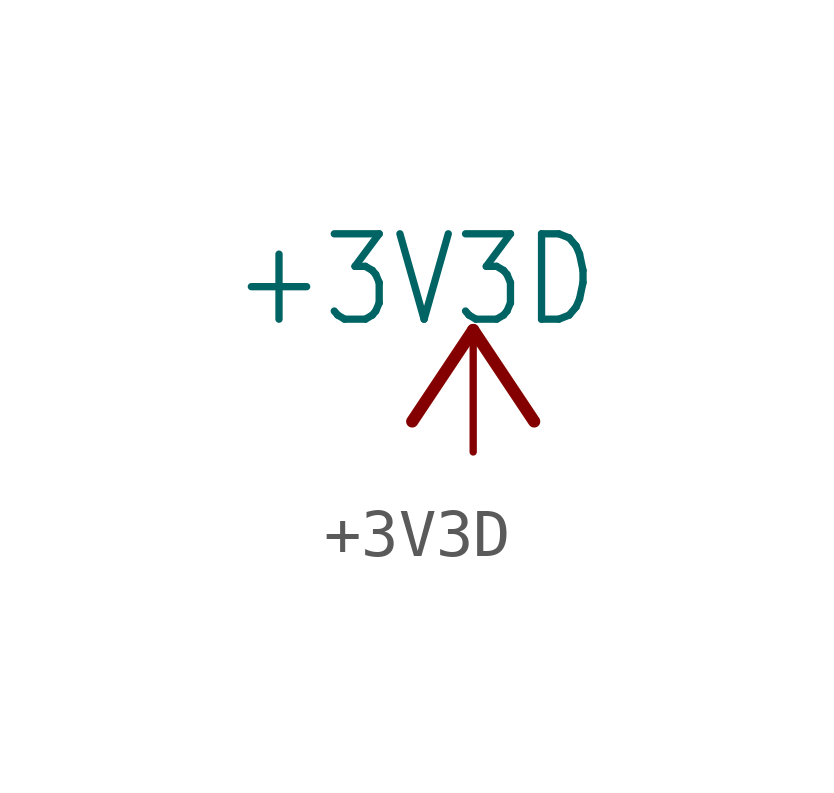
<source format=kicad_sym>
(kicad_symbol_lib
  (version 20220914)
  (generator kicad_symbol_editor)
  (symbol "+3V3D"
    (power)
    (property "Reference" "#+3V3D"
      (at 0 0 0)
      (effects (font (size 1.27 1.27)) hide))
    (property "Value" "+3V3D"
      (at -5.08 2.54 0)
      (effects (font (size 1.778 1.511)) (justify left bottom)))
    (property "ki_locked" ""
      (at 0 0 0)
      (effects (font (size 1.27 1.27))))
    (symbol "+3V3D_1_0"
      (polyline (pts (xy 0 2.54) (xy -1.27 0.635)) (stroke (width 0.254) (type solid)) (fill (type none)))
      (polyline (pts (xy 1.27 0.635) (xy 0 2.54)) (stroke (width 0.254) (type solid)) (fill (type none)))
      (pin power_in line (at 0 0 90) (length 2.54) (name "+3V3D" (effects (font (size 0 0)))) (number "1" (effects (font (size 0 0))))))))
</source>
